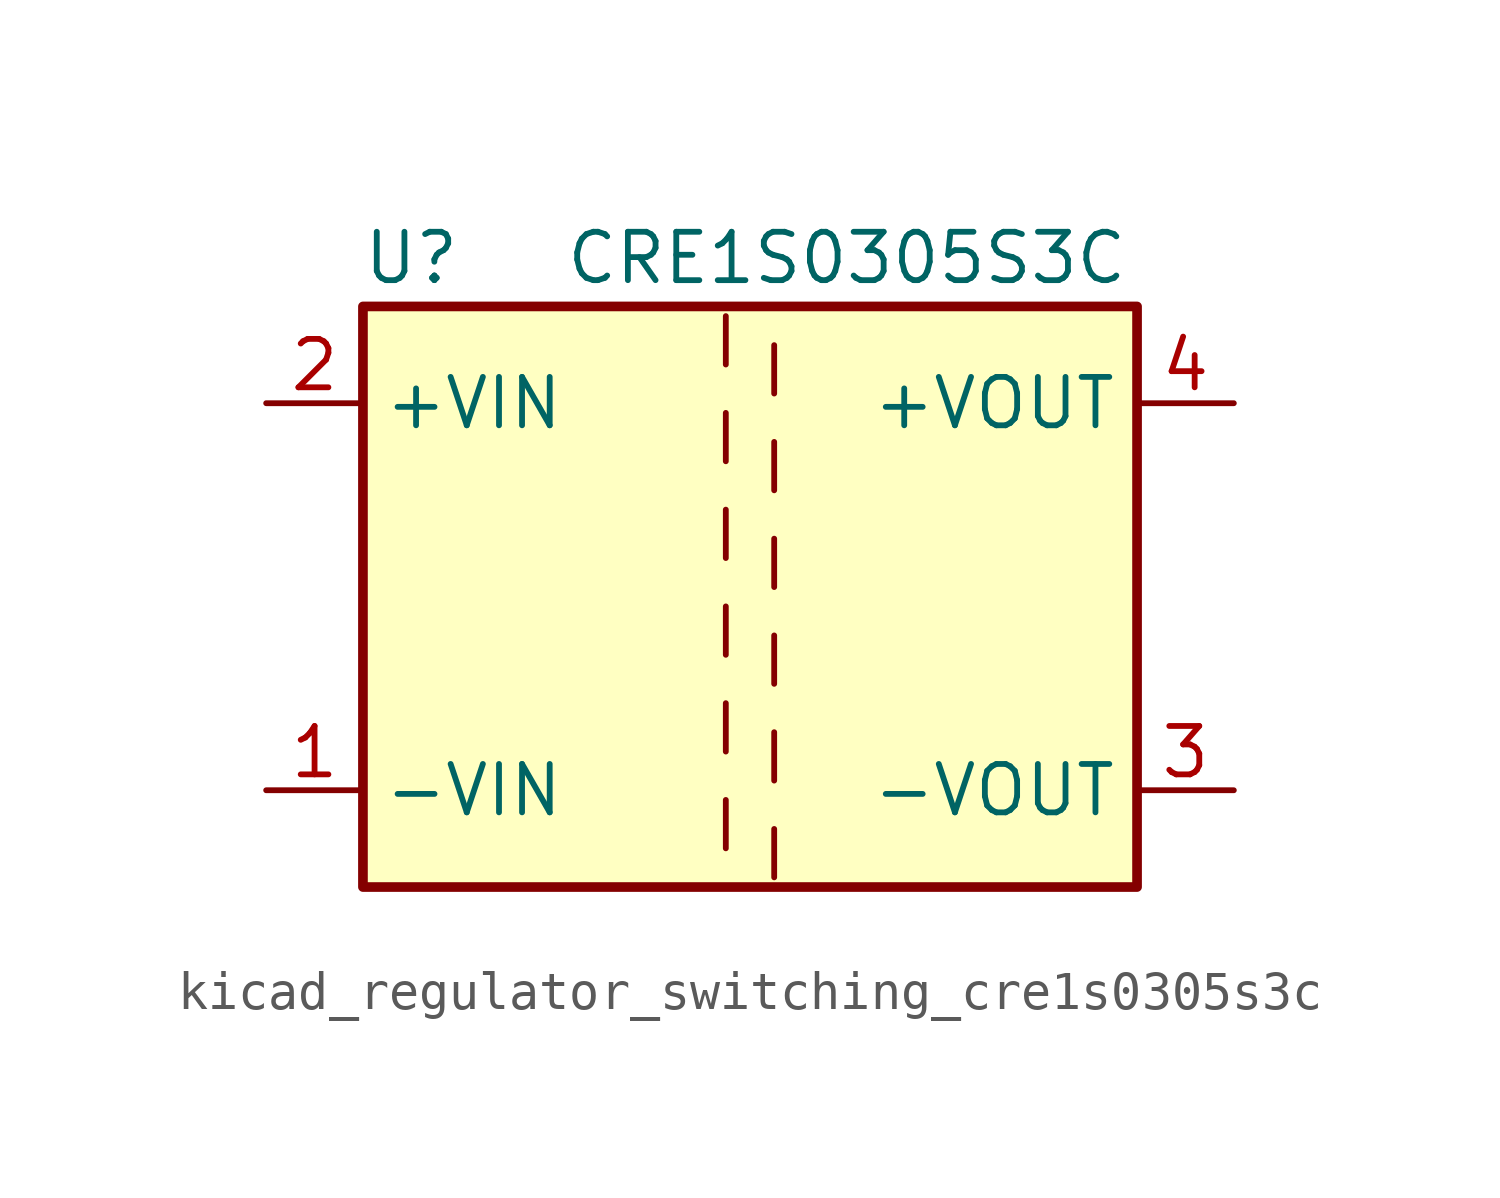
<source format=kicad_sym>
(kicad_symbol_lib
  (version 20220914)
  (generator kicad_symbol_editor)
  (symbol "kicad_regulator_switching_cre1s0305s3c"
    (property "Reference" "U"
      (at -8.89 8.89 0)
      (effects (font (size 1.27 1.27))))
    (property "Value" "CRE1S0305S3C"
      (at 2.54 8.89 0)
      (effects (font (size 1.27 1.27))))
    (symbol "kicad_regulator_switching_cre1s0305s3c_0_1"
      (rectangle (start -10.16 7.62) (end 10.16 -7.62) (stroke (width 0.254) (type default)) (fill (type background)))
      (polyline (pts (xy -0.635 -5.334) (xy -0.635 -6.604)) (stroke (width 0) (type default)) (fill (type none)))
      (polyline (pts (xy -0.635 -2.794) (xy -0.635 -4.064)) (stroke (width 0) (type default)) (fill (type none)))
      (polyline (pts (xy -0.635 -0.254) (xy -0.635 -1.524)) (stroke (width 0) (type default)) (fill (type none)))
      (polyline (pts (xy -0.635 2.286) (xy -0.635 1.016)) (stroke (width 0) (type default)) (fill (type none)))
      (polyline (pts (xy -0.635 4.826) (xy -0.635 3.556)) (stroke (width 0) (type default)) (fill (type none)))
      (polyline (pts (xy -0.635 7.366) (xy -0.635 6.096)) (stroke (width 0) (type default)) (fill (type none)))
      (polyline (pts (xy 0.635 -7.366) (xy 0.635 -6.096)) (stroke (width 0) (type default)) (fill (type none)))
      (polyline (pts (xy 0.635 -4.826) (xy 0.635 -3.556)) (stroke (width 0) (type default)) (fill (type none)))
      (polyline (pts (xy 0.635 -2.286) (xy 0.635 -1.016)) (stroke (width 0) (type default)) (fill (type none)))
      (polyline (pts (xy 0.635 0.254) (xy 0.635 1.524)) (stroke (width 0) (type default)) (fill (type none)))
      (polyline (pts (xy 0.635 2.794) (xy 0.635 4.064)) (stroke (width 0) (type default)) (fill (type none)))
      (polyline (pts (xy 0.635 5.334) (xy 0.635 6.604)) (stroke (width 0) (type default)) (fill (type none))))
    (symbol "kicad_regulator_switching_cre1s0305s3c_1_1"
      (pin power_in line (at -12.7 -5.08 0) (length 2.54) (name "-VIN" (effects (font (size 1.27 1.27)))) (number "1" (effects (font (size 1.27 1.27)))))
      (pin power_in line (at -12.7 5.08 0) (length 2.54) (name "+VIN" (effects (font (size 1.27 1.27)))) (number "2" (effects (font (size 1.27 1.27)))))
      (pin power_out line (at 12.7 -5.08 180) (length 2.54) (name "-VOUT" (effects (font (size 1.27 1.27)))) (number "3" (effects (font (size 1.27 1.27)))))
      (pin power_out line (at 12.7 5.08 180) (length 2.54) (name "+VOUT" (effects (font (size 1.27 1.27)))) (number "4" (effects (font (size 1.27 1.27))))))))
</source>
